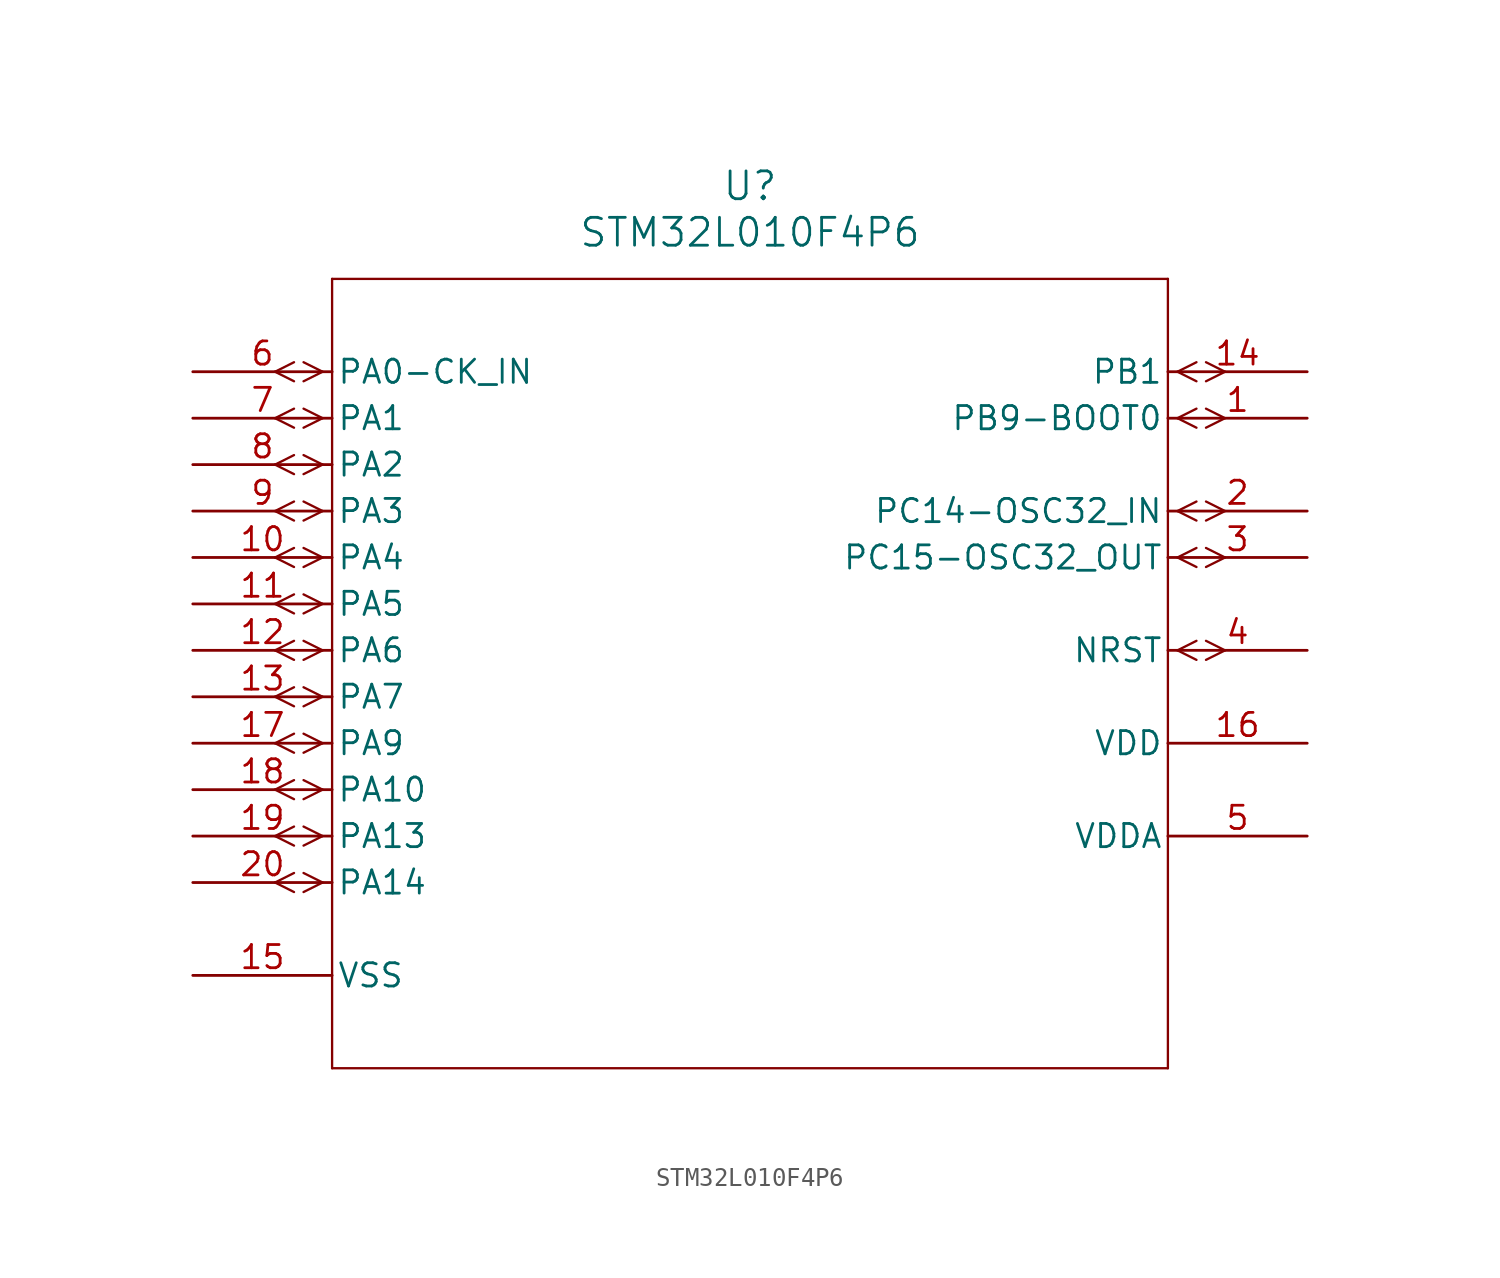
<source format=kicad_sym>
(kicad_symbol_lib
  (version 20211014)
  (generator kicad_symbol_editor)
  (symbol "STM32L010F4P6"
    (pin_names
      (offset 0.254))
    (property "Reference" "U"
      (at 30.48 10.16 0)
      (effects (font (size 1.524 1.524))))
    (property "Value" "STM32L010F4P6"
      (at 30.48 7.62 0)
      (effects (font (size 1.524 1.524))))
    (symbol "STM32L010F4P6_0_1"
      (polyline (pts (xy 7.099 0) (xy 6.058 0.521)) (stroke (width 0.127) (type default) (color 0 0 0 0)) (fill (type none)))
      (polyline (pts (xy 7.099 0) (xy 6.058 -0.521)) (stroke (width 0.127) (type default) (color 0 0 0 0)) (fill (type none)))
      (polyline (pts (xy 5.537 0.521) (xy 4.496 0)) (stroke (width 0.127) (type default) (color 0 0 0 0)) (fill (type none)))
      (polyline (pts (xy 5.537 -0.521) (xy 4.496 0)) (stroke (width 0.127) (type default) (color 0 0 0 0)) (fill (type none)))
      (polyline (pts (xy 7.099 -2.54) (xy 6.058 -2.019)) (stroke (width 0.127) (type default) (color 0 0 0 0)) (fill (type none)))
      (polyline (pts (xy 7.099 -2.54) (xy 6.058 -3.061)) (stroke (width 0.127) (type default) (color 0 0 0 0)) (fill (type none)))
      (polyline (pts (xy 5.537 -2.019) (xy 4.496 -2.54)) (stroke (width 0.127) (type default) (color 0 0 0 0)) (fill (type none)))
      (polyline (pts (xy 5.537 -3.061) (xy 4.496 -2.54)) (stroke (width 0.127) (type default) (color 0 0 0 0)) (fill (type none)))
      (polyline (pts (xy 7.099 -5.08) (xy 6.058 -4.559)) (stroke (width 0.127) (type default) (color 0 0 0 0)) (fill (type none)))
      (polyline (pts (xy 7.099 -5.08) (xy 6.058 -5.601)) (stroke (width 0.127) (type default) (color 0 0 0 0)) (fill (type none)))
      (polyline (pts (xy 5.537 -4.559) (xy 4.496 -5.08)) (stroke (width 0.127) (type default) (color 0 0 0 0)) (fill (type none)))
      (polyline (pts (xy 5.537 -5.601) (xy 4.496 -5.08)) (stroke (width 0.127) (type default) (color 0 0 0 0)) (fill (type none)))
      (polyline (pts (xy 7.099 -7.62) (xy 6.058 -7.099)) (stroke (width 0.127) (type default) (color 0 0 0 0)) (fill (type none)))
      (polyline (pts (xy 7.099 -7.62) (xy 6.058 -8.141)) (stroke (width 0.127) (type default) (color 0 0 0 0)) (fill (type none)))
      (polyline (pts (xy 5.537 -7.099) (xy 4.496 -7.62)) (stroke (width 0.127) (type default) (color 0 0 0 0)) (fill (type none)))
      (polyline (pts (xy 5.537 -8.141) (xy 4.496 -7.62)) (stroke (width 0.127) (type default) (color 0 0 0 0)) (fill (type none)))
      (polyline (pts (xy 7.099 -10.16) (xy 6.058 -9.639)) (stroke (width 0.127) (type default) (color 0 0 0 0)) (fill (type none)))
      (polyline (pts (xy 7.099 -10.16) (xy 6.058 -10.681)) (stroke (width 0.127) (type default) (color 0 0 0 0)) (fill (type none)))
      (polyline (pts (xy 5.537 -9.639) (xy 4.496 -10.16)) (stroke (width 0.127) (type default) (color 0 0 0 0)) (fill (type none)))
      (polyline (pts (xy 5.537 -10.681) (xy 4.496 -10.16)) (stroke (width 0.127) (type default) (color 0 0 0 0)) (fill (type none)))
      (polyline (pts (xy 7.099 -12.7) (xy 6.058 -12.179)) (stroke (width 0.127) (type default) (color 0 0 0 0)) (fill (type none)))
      (polyline (pts (xy 7.099 -12.7) (xy 6.058 -13.221)) (stroke (width 0.127) (type default) (color 0 0 0 0)) (fill (type none)))
      (polyline (pts (xy 5.537 -12.179) (xy 4.496 -12.7)) (stroke (width 0.127) (type default) (color 0 0 0 0)) (fill (type none)))
      (polyline (pts (xy 5.537 -13.221) (xy 4.496 -12.7)) (stroke (width 0.127) (type default) (color 0 0 0 0)) (fill (type none)))
      (polyline (pts (xy 7.099 -15.24) (xy 6.058 -14.719)) (stroke (width 0.127) (type default) (color 0 0 0 0)) (fill (type none)))
      (polyline (pts (xy 7.099 -15.24) (xy 6.058 -15.761)) (stroke (width 0.127) (type default) (color 0 0 0 0)) (fill (type none)))
      (polyline (pts (xy 5.537 -14.719) (xy 4.496 -15.24)) (stroke (width 0.127) (type default) (color 0 0 0 0)) (fill (type none)))
      (polyline (pts (xy 5.537 -15.761) (xy 4.496 -15.24)) (stroke (width 0.127) (type default) (color 0 0 0 0)) (fill (type none)))
      (polyline (pts (xy 7.099 -17.78) (xy 6.058 -17.259)) (stroke (width 0.127) (type default) (color 0 0 0 0)) (fill (type none)))
      (polyline (pts (xy 7.099 -17.78) (xy 6.058 -18.301)) (stroke (width 0.127) (type default) (color 0 0 0 0)) (fill (type none)))
      (polyline (pts (xy 5.537 -17.259) (xy 4.496 -17.78)) (stroke (width 0.127) (type default) (color 0 0 0 0)) (fill (type none)))
      (polyline (pts (xy 5.537 -18.301) (xy 4.496 -17.78)) (stroke (width 0.127) (type default) (color 0 0 0 0)) (fill (type none)))
      (polyline (pts (xy 7.099 -20.32) (xy 6.058 -19.799)) (stroke (width 0.127) (type default) (color 0 0 0 0)) (fill (type none)))
      (polyline (pts (xy 7.099 -20.32) (xy 6.058 -20.841)) (stroke (width 0.127) (type default) (color 0 0 0 0)) (fill (type none)))
      (polyline (pts (xy 5.537 -19.799) (xy 4.496 -20.32)) (stroke (width 0.127) (type default) (color 0 0 0 0)) (fill (type none)))
      (polyline (pts (xy 5.537 -20.841) (xy 4.496 -20.32)) (stroke (width 0.127) (type default) (color 0 0 0 0)) (fill (type none)))
      (polyline (pts (xy 7.099 -22.86) (xy 6.058 -22.339)) (stroke (width 0.127) (type default) (color 0 0 0 0)) (fill (type none)))
      (polyline (pts (xy 7.099 -22.86) (xy 6.058 -23.381)) (stroke (width 0.127) (type default) (color 0 0 0 0)) (fill (type none)))
      (polyline (pts (xy 5.537 -22.339) (xy 4.496 -22.86)) (stroke (width 0.127) (type default) (color 0 0 0 0)) (fill (type none)))
      (polyline (pts (xy 5.537 -23.381) (xy 4.496 -22.86)) (stroke (width 0.127) (type default) (color 0 0 0 0)) (fill (type none)))
      (polyline (pts (xy 7.099 -25.4) (xy 6.058 -24.879)) (stroke (width 0.127) (type default) (color 0 0 0 0)) (fill (type none)))
      (polyline (pts (xy 7.099 -25.4) (xy 6.058 -25.921)) (stroke (width 0.127) (type default) (color 0 0 0 0)) (fill (type none)))
      (polyline (pts (xy 5.537 -24.879) (xy 4.496 -25.4)) (stroke (width 0.127) (type default) (color 0 0 0 0)) (fill (type none)))
      (polyline (pts (xy 5.537 -25.921) (xy 4.496 -25.4)) (stroke (width 0.127) (type default) (color 0 0 0 0)) (fill (type none)))
      (polyline (pts (xy 7.099 -27.94) (xy 6.058 -27.419)) (stroke (width 0.127) (type default) (color 0 0 0 0)) (fill (type none)))
      (polyline (pts (xy 7.099 -27.94) (xy 6.058 -28.461)) (stroke (width 0.127) (type default) (color 0 0 0 0)) (fill (type none)))
      (polyline (pts (xy 5.537 -27.419) (xy 4.496 -27.94)) (stroke (width 0.127) (type default) (color 0 0 0 0)) (fill (type none)))
      (polyline (pts (xy 5.537 -28.461) (xy 4.496 -27.94)) (stroke (width 0.127) (type default) (color 0 0 0 0)) (fill (type none)))
      (polyline (pts (xy 53.861 0) (xy 54.902 0.521)) (stroke (width 0.127) (type default) (color 0 0 0 0)) (fill (type none)))
      (polyline (pts (xy 53.861 0) (xy 54.902 -0.521)) (stroke (width 0.127) (type default) (color 0 0 0 0)) (fill (type none)))
      (polyline (pts (xy 55.423 0.521) (xy 56.464 0)) (stroke (width 0.127) (type default) (color 0 0 0 0)) (fill (type none)))
      (polyline (pts (xy 55.423 -0.521) (xy 56.464 0)) (stroke (width 0.127) (type default) (color 0 0 0 0)) (fill (type none)))
      (polyline (pts (xy 53.861 -2.54) (xy 54.902 -2.019)) (stroke (width 0.127) (type default) (color 0 0 0 0)) (fill (type none)))
      (polyline (pts (xy 53.861 -2.54) (xy 54.902 -3.061)) (stroke (width 0.127) (type default) (color 0 0 0 0)) (fill (type none)))
      (polyline (pts (xy 55.423 -2.019) (xy 56.464 -2.54)) (stroke (width 0.127) (type default) (color 0 0 0 0)) (fill (type none)))
      (polyline (pts (xy 55.423 -3.061) (xy 56.464 -2.54)) (stroke (width 0.127) (type default) (color 0 0 0 0)) (fill (type none)))
      (polyline (pts (xy 53.861 -7.62) (xy 54.902 -7.099)) (stroke (width 0.127) (type default) (color 0 0 0 0)) (fill (type none)))
      (polyline (pts (xy 53.861 -7.62) (xy 54.902 -8.141)) (stroke (width 0.127) (type default) (color 0 0 0 0)) (fill (type none)))
      (polyline (pts (xy 55.423 -7.099) (xy 56.464 -7.62)) (stroke (width 0.127) (type default) (color 0 0 0 0)) (fill (type none)))
      (polyline (pts (xy 55.423 -8.141) (xy 56.464 -7.62)) (stroke (width 0.127) (type default) (color 0 0 0 0)) (fill (type none)))
      (polyline (pts (xy 53.861 -10.16) (xy 54.902 -9.639)) (stroke (width 0.127) (type default) (color 0 0 0 0)) (fill (type none)))
      (polyline (pts (xy 53.861 -10.16) (xy 54.902 -10.681)) (stroke (width 0.127) (type default) (color 0 0 0 0)) (fill (type none)))
      (polyline (pts (xy 55.423 -9.639) (xy 56.464 -10.16)) (stroke (width 0.127) (type default) (color 0 0 0 0)) (fill (type none)))
      (polyline (pts (xy 55.423 -10.681) (xy 56.464 -10.16)) (stroke (width 0.127) (type default) (color 0 0 0 0)) (fill (type none)))
      (polyline (pts (xy 53.861 -15.24) (xy 54.902 -14.719)) (stroke (width 0.127) (type default) (color 0 0 0 0)) (fill (type none)))
      (polyline (pts (xy 53.861 -15.24) (xy 54.902 -15.761)) (stroke (width 0.127) (type default) (color 0 0 0 0)) (fill (type none)))
      (polyline (pts (xy 55.423 -14.719) (xy 56.464 -15.24)) (stroke (width 0.127) (type default) (color 0 0 0 0)) (fill (type none)))
      (polyline (pts (xy 55.423 -15.761) (xy 56.464 -15.24)) (stroke (width 0.127) (type default) (color 0 0 0 0)) (fill (type none)))
      (polyline (pts (xy 7.62 5.08) (xy 7.62 -38.1)) (stroke (width 0.127) (type default) (color 0 0 0 0)) (fill (type none)))
      (polyline (pts (xy 7.62 -38.1) (xy 53.34 -38.1)) (stroke (width 0.127) (type default) (color 0 0 0 0)) (fill (type none)))
      (polyline (pts (xy 53.34 -38.1) (xy 53.34 5.08)) (stroke (width 0.127) (type default) (color 0 0 0 0)) (fill (type none)))
      (polyline (pts (xy 53.34 5.08) (xy 7.62 5.08)) (stroke (width 0.127) (type default) (color 0 0 0 0)) (fill (type none)))
      (pin input line (at 60.96 -2.54 180) (length 7.62) (name "PB9-BOOT0" (effects (font (size 1.27 1.27)))) (number "1" (effects (font (size 1.27 1.27)))))
      (pin bidirectional line (at 60.96 -7.62 180) (length 7.62) (name "PC14-OSC32_IN" (effects (font (size 1.27 1.27)))) (number "2" (effects (font (size 1.27 1.27)))))
      (pin bidirectional line (at 60.96 -10.16 180) (length 7.62) (name "PC15-OSC32_OUT" (effects (font (size 1.27 1.27)))) (number "3" (effects (font (size 1.27 1.27)))))
      (pin bidirectional line (at 60.96 -15.24 180) (length 7.62) (name "NRST" (effects (font (size 1.27 1.27)))) (number "4" (effects (font (size 1.27 1.27)))))
      (pin power_in line (at 60.96 -25.4 180) (length 7.62) (name "VDDA" (effects (font (size 1.27 1.27)))) (number "5" (effects (font (size 1.27 1.27)))))
      (pin bidirectional line (at 0 0 0) (length 7.62) (name "PA0-CK_IN" (effects (font (size 1.27 1.27)))) (number "6" (effects (font (size 1.27 1.27)))))
      (pin bidirectional line (at 0 -2.54 0) (length 7.62) (name "PA1" (effects (font (size 1.27 1.27)))) (number "7" (effects (font (size 1.27 1.27)))))
      (pin bidirectional line (at 0 -5.08 0) (length 7.62) (name "PA2" (effects (font (size 1.27 1.27)))) (number "8" (effects (font (size 1.27 1.27)))))
      (pin bidirectional line (at 0 -7.62 0) (length 7.62) (name "PA3" (effects (font (size 1.27 1.27)))) (number "9" (effects (font (size 1.27 1.27)))))
      (pin bidirectional line (at 0 -10.16 0) (length 7.62) (name "PA4" (effects (font (size 1.27 1.27)))) (number "10" (effects (font (size 1.27 1.27)))))
      (pin bidirectional line (at 0 -12.7 0) (length 7.62) (name "PA5" (effects (font (size 1.27 1.27)))) (number "11" (effects (font (size 1.27 1.27)))))
      (pin bidirectional line (at 0 -15.24 0) (length 7.62) (name "PA6" (effects (font (size 1.27 1.27)))) (number "12" (effects (font (size 1.27 1.27)))))
      (pin bidirectional line (at 0 -17.78 0) (length 7.62) (name "PA7" (effects (font (size 1.27 1.27)))) (number "13" (effects (font (size 1.27 1.27)))))
      (pin bidirectional line (at 60.96 0 180) (length 7.62) (name "PB1" (effects (font (size 1.27 1.27)))) (number "14" (effects (font (size 1.27 1.27)))))
      (pin power_in line (at 0 -33.02 0) (length 7.62) (name "VSS" (effects (font (size 1.27 1.27)))) (number "15" (effects (font (size 1.27 1.27)))))
      (pin power_in line (at 60.96 -20.32 180) (length 7.62) (name "VDD" (effects (font (size 1.27 1.27)))) (number "16" (effects (font (size 1.27 1.27)))))
      (pin bidirectional line (at 0 -20.32 0) (length 7.62) (name "PA9" (effects (font (size 1.27 1.27)))) (number "17" (effects (font (size 1.27 1.27)))))
      (pin bidirectional line (at 0 -22.86 0) (length 7.62) (name "PA10" (effects (font (size 1.27 1.27)))) (number "18" (effects (font (size 1.27 1.27)))))
      (pin bidirectional line (at 0 -25.4 0) (length 7.62) (name "PA13" (effects (font (size 1.27 1.27)))) (number "19" (effects (font (size 1.27 1.27)))))
      (pin bidirectional line (at 0 -27.94 0) (length 7.62) (name "PA14" (effects (font (size 1.27 1.27)))) (number "20" (effects (font (size 1.27 1.27))))))))
</source>
